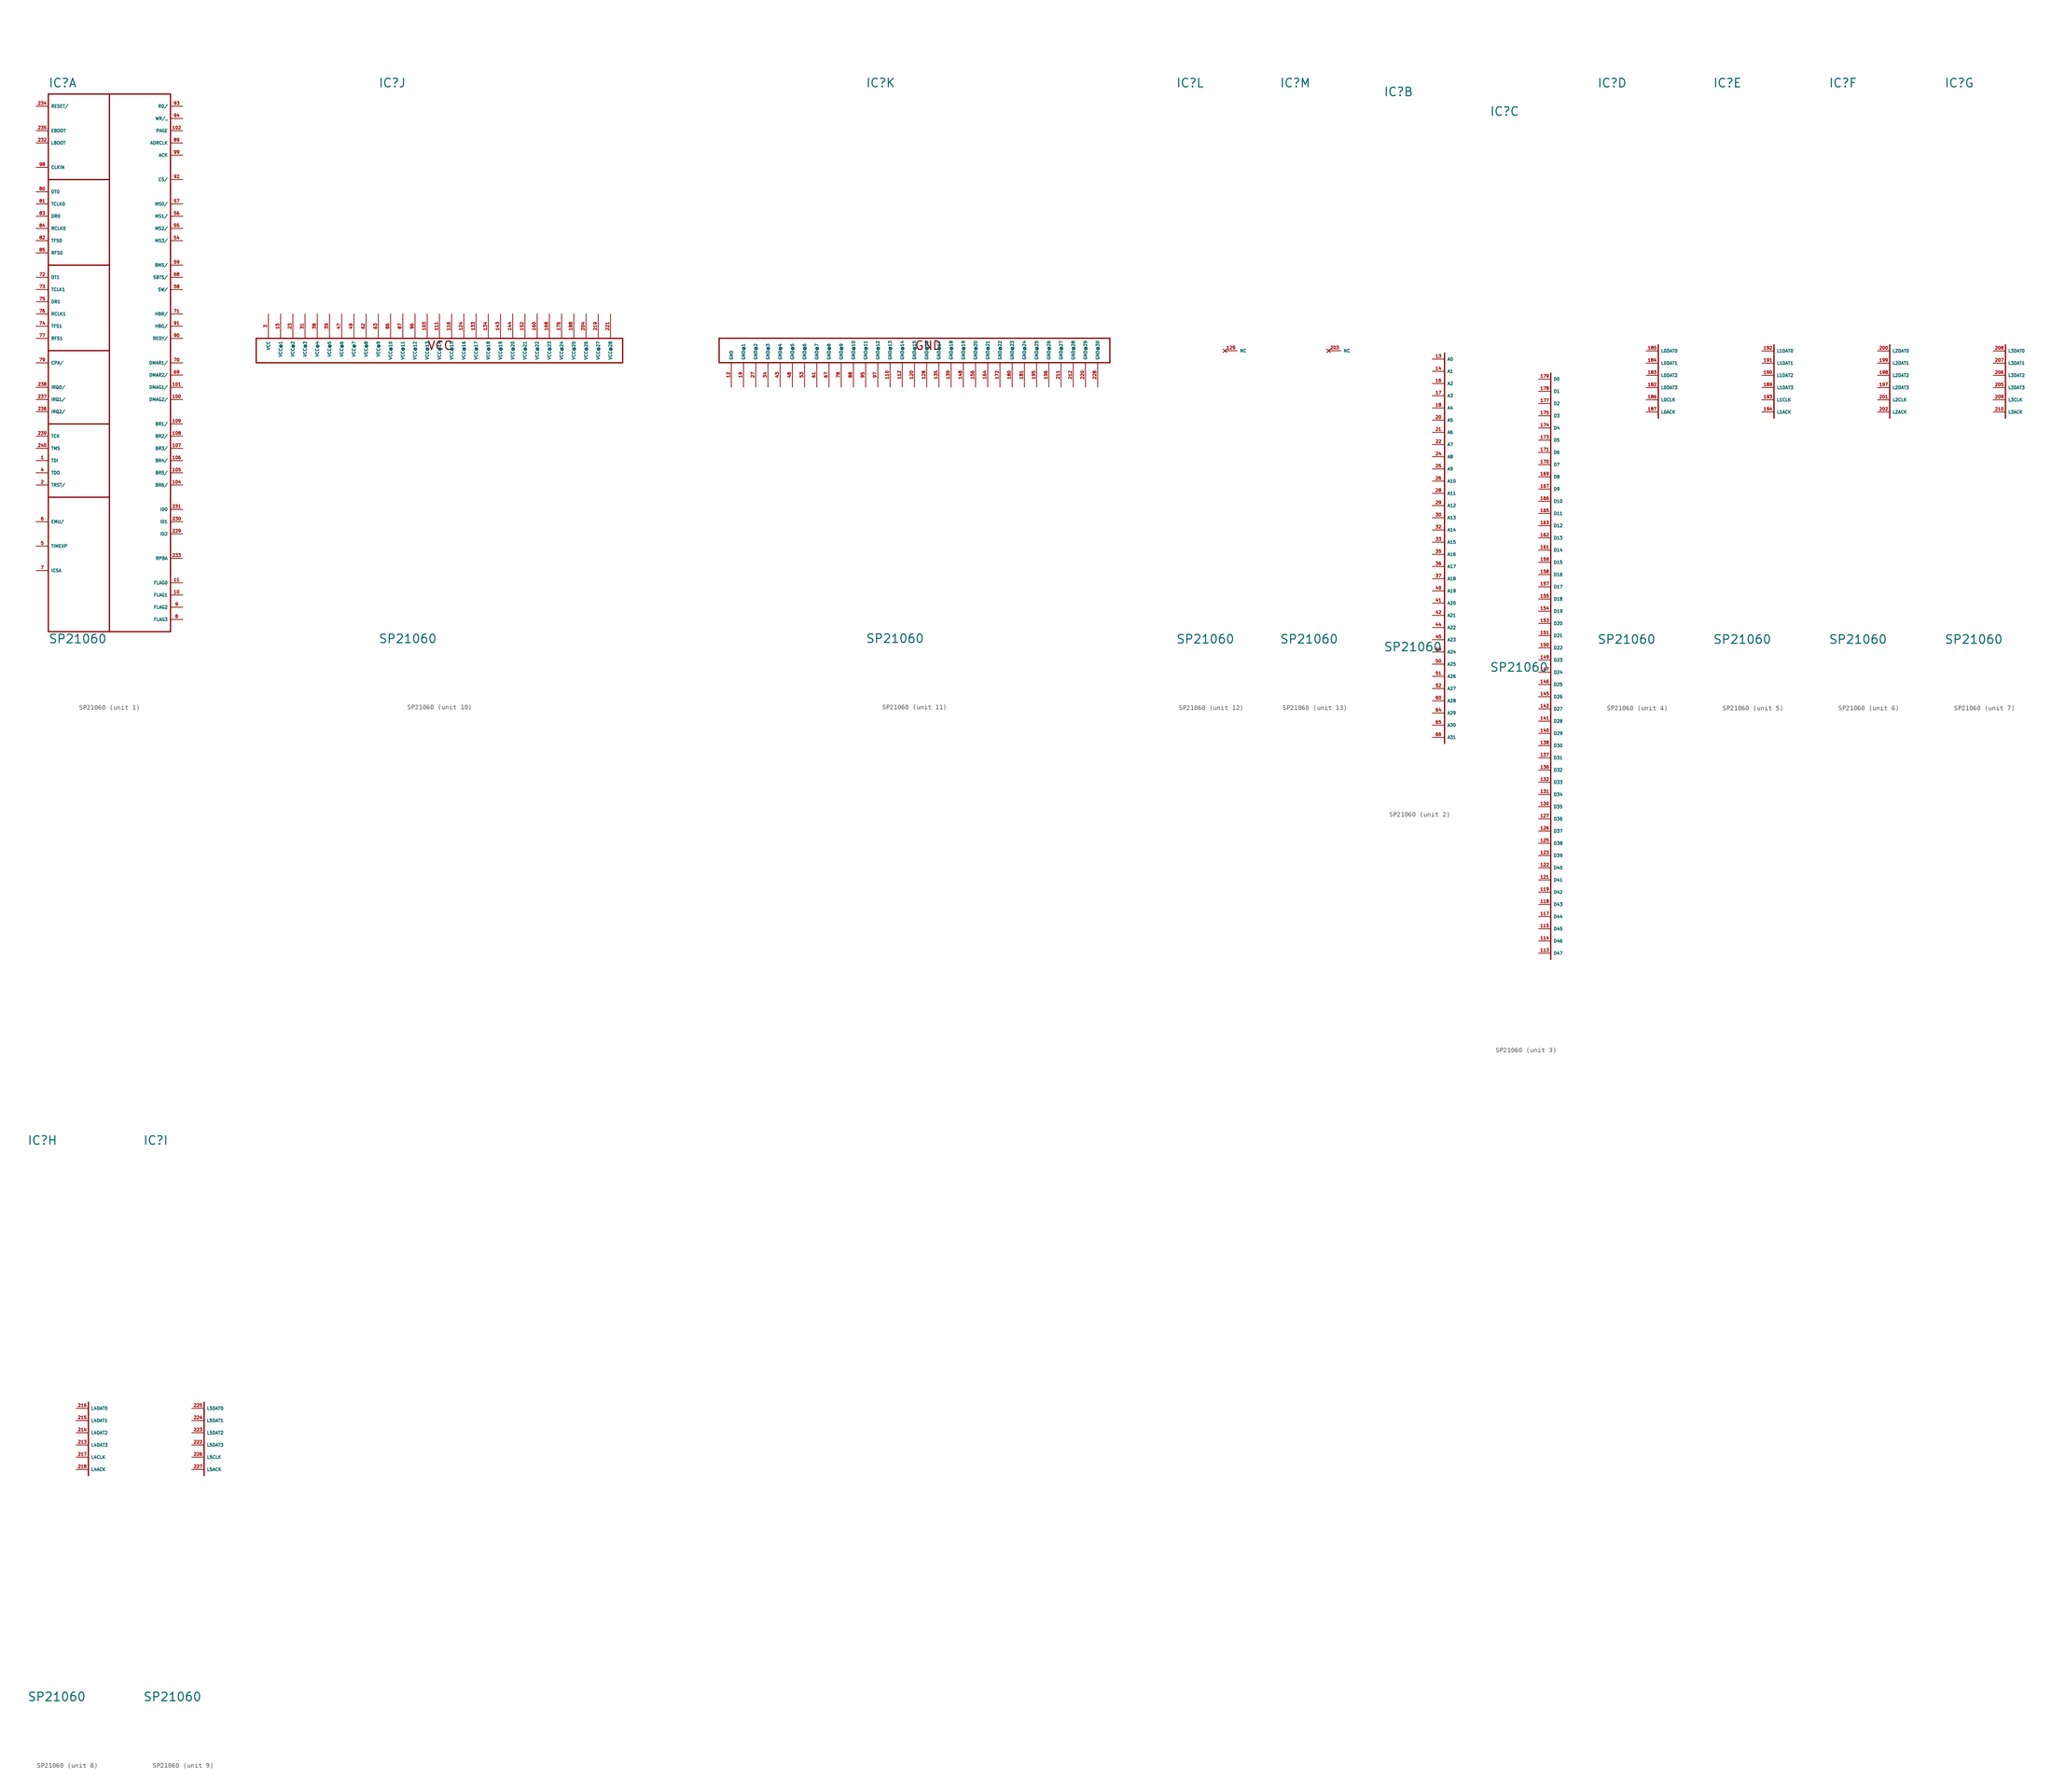
<source format=kicad_sym>
(kicad_symbol_lib
  (version 20220914)
  (generator Eagle2Kicad)
  (symbol "SP21060"
    (property "Reference" "IC"
      (at -12.7 54.61 0)
      (effects (font (size 1.778 1.778) (thickness 0.22)) (justify left bottom)))
    (property "Value" "SP21060"
      (at -12.7 -60.96 0)
      (effects (font (size 1.778 1.778) (thickness 0.22)) (justify left bottom)))
    (symbol "SP21060_1_0"
      (polyline (pts (xy -12.7 17.78) (xy 0 17.78)) (stroke (width 0.254) (type default)) (fill (type none)))
      (polyline (pts (xy 0 17.78) (xy 0 0)) (stroke (width 0.254) (type default)) (fill (type none)))
      (polyline (pts (xy -12.7 53.34) (xy 0 53.34)) (stroke (width 0.254) (type default)) (fill (type none)))
      (polyline (pts (xy 0 53.34) (xy 0 35.56)) (stroke (width 0.254) (type default)) (fill (type none)))
      (polyline (pts (xy 0 35.56) (xy 0 17.78)) (stroke (width 0.254) (type default)) (fill (type none)))
      (polyline (pts (xy 0 -30.48) (xy -12.7 -30.48)) (stroke (width 0.254) (type default)) (fill (type none)))
      (polyline (pts (xy -12.7 53.34) (xy -12.7 35.56)) (stroke (width 0.254) (type default)) (fill (type none)))
      (polyline (pts (xy -12.7 35.56) (xy -12.7 17.78)) (stroke (width 0.254) (type default)) (fill (type none)))
      (polyline (pts (xy -12.7 17.78) (xy -12.7 0)) (stroke (width 0.254) (type default)) (fill (type none)))
      (polyline (pts (xy -12.7 0) (xy -12.7 -15.24)) (stroke (width 0.254) (type default)) (fill (type none)))
      (polyline (pts (xy -12.7 -15.24) (xy -12.7 -30.48)) (stroke (width 0.254) (type default)) (fill (type none)))
      (polyline (pts (xy -12.7 -30.48) (xy -12.7 -58.42)) (stroke (width 0.254) (type default)) (fill (type none)))
      (polyline (pts (xy -12.7 -58.42) (xy 0 -58.42)) (stroke (width 0.254) (type default)) (fill (type none)))
      (polyline (pts (xy 0 -58.42) (xy 12.7 -58.42)) (stroke (width 0.254) (type default)) (fill (type none)))
      (polyline (pts (xy -12.7 0) (xy 0 0)) (stroke (width 0.254) (type default)) (fill (type none)))
      (polyline (pts (xy -12.7 35.56) (xy 0 35.56)) (stroke (width 0.254) (type default)) (fill (type none)))
      (polyline (pts (xy 0 0) (xy 0 -15.24)) (stroke (width 0.254) (type default)) (fill (type none)))
      (polyline (pts (xy 0 -15.24) (xy 0 -30.48)) (stroke (width 0.254) (type default)) (fill (type none)))
      (polyline (pts (xy 0 -30.48) (xy 0 -58.42)) (stroke (width 0.254) (type default)) (fill (type none)))
      (polyline (pts (xy 12.7 -58.42) (xy 12.7 53.34)) (stroke (width 0.254) (type default)) (fill (type none)))
      (polyline (pts (xy 0 -15.24) (xy -12.7 -15.24)) (stroke (width 0.254) (type default)) (fill (type none)))
      (polyline (pts (xy 12.7 53.34) (xy 0 53.34)) (stroke (width 0.254) (type default)) (fill (type none)))
      (pin bidirectional line (at -15.24 20.32 0) (length 2.54) (name "RFS0" (effects (font (size 0.635 0.635) (thickness 0.08)) (justify left bottom))) (number "85" (effects (font (size 0.635 0.635) (thickness 0.08)) (justify left bottom))))
      (pin bidirectional line (at -15.24 25.4 0) (length 2.54) (name "RCLK0" (effects (font (size 0.635 0.635) (thickness 0.08)) (justify left bottom))) (number "84" (effects (font (size 0.635 0.635) (thickness 0.08)) (justify left bottom))))
      (pin input line (at -15.24 27.94 0) (length 2.54) (name "DR0" (effects (font (size 0.635 0.635) (thickness 0.08)) (justify left bottom))) (number "83" (effects (font (size 0.635 0.635) (thickness 0.08)) (justify left bottom))))
      (pin bidirectional line (at -15.24 22.86 0) (length 2.54) (name "TFS0" (effects (font (size 0.635 0.635) (thickness 0.08)) (justify left bottom))) (number "82" (effects (font (size 0.635 0.635) (thickness 0.08)) (justify left bottom))))
      (pin bidirectional line (at -15.24 30.48 0) (length 2.54) (name "TCLK0" (effects (font (size 0.635 0.635) (thickness 0.08)) (justify left bottom))) (number "81" (effects (font (size 0.635 0.635) (thickness 0.08)) (justify left bottom))))
      (pin output line (at -15.24 33.02 0) (length 2.54) (name "DT0" (effects (font (size 0.635 0.635) (thickness 0.08)) (justify left bottom))) (number "80" (effects (font (size 0.635 0.635) (thickness 0.08)) (justify left bottom))))
      (pin bidirectional line (at -15.24 2.54 0) (length 2.54) (name "RFS1" (effects (font (size 0.635 0.635) (thickness 0.08)) (justify left bottom))) (number "77" (effects (font (size 0.635 0.635) (thickness 0.08)) (justify left bottom))))
      (pin bidirectional line (at -15.24 7.62 0) (length 2.54) (name "RCLK1" (effects (font (size 0.635 0.635) (thickness 0.08)) (justify left bottom))) (number "76" (effects (font (size 0.635 0.635) (thickness 0.08)) (justify left bottom))))
      (pin input line (at -15.24 10.16 0) (length 2.54) (name "DR1" (effects (font (size 0.635 0.635) (thickness 0.08)) (justify left bottom))) (number "75" (effects (font (size 0.635 0.635) (thickness 0.08)) (justify left bottom))))
      (pin bidirectional line (at -15.24 5.08 0) (length 2.54) (name "TFS1" (effects (font (size 0.635 0.635) (thickness 0.08)) (justify left bottom))) (number "74" (effects (font (size 0.635 0.635) (thickness 0.08)) (justify left bottom))))
      (pin bidirectional line (at -15.24 12.7 0) (length 2.54) (name "TCLK1" (effects (font (size 0.635 0.635) (thickness 0.08)) (justify left bottom))) (number "73" (effects (font (size 0.635 0.635) (thickness 0.08)) (justify left bottom))))
      (pin tri_state line (at 15.24 -7.62 180) (length 2.54) (name "DMAG1/" (effects (font (size 0.635 0.635) (thickness 0.08)) (justify left bottom))) (number "101" (effects (font (size 0.635 0.635) (thickness 0.08)) (justify left bottom))))
      (pin tri_state line (at 15.24 -10.16 180) (length 2.54) (name "DMAG2/" (effects (font (size 0.635 0.635) (thickness 0.08)) (justify left bottom))) (number "100" (effects (font (size 0.635 0.635) (thickness 0.08)) (justify left bottom))))
      (pin bidirectional line (at 15.24 5.08 180) (length 2.54) (name "HBG/" (effects (font (size 0.635 0.635) (thickness 0.08)) (justify left bottom))) (number "91" (effects (font (size 0.635 0.635) (thickness 0.08)) (justify left bottom))))
      (pin input line (at 15.24 35.56 180) (length 2.54) (name "CS/" (effects (font (size 0.635 0.635) (thickness 0.08)) (justify left bottom))) (number "92" (effects (font (size 0.635 0.635) (thickness 0.08)) (justify left bottom))))
      (pin input line (at 15.24 15.24 180) (length 2.54) (name "SBTS/" (effects (font (size 0.635 0.635) (thickness 0.08)) (justify left bottom))) (number "68" (effects (font (size 0.635 0.635) (thickness 0.08)) (justify left bottom))))
      (pin tri_state line (at 15.24 48.26 180) (length 2.54) (name "WR/_" (effects (font (size 0.635 0.635) (thickness 0.08)) (justify left bottom))) (number "94" (effects (font (size 0.635 0.635) (thickness 0.08)) (justify left bottom))))
      (pin tri_state line (at 15.24 50.8 180) (length 2.54) (name "RD/" (effects (font (size 0.635 0.635) (thickness 0.08)) (justify left bottom))) (number "93" (effects (font (size 0.635 0.635) (thickness 0.08)) (justify left bottom))))
      (pin bidirectional line (at 15.24 -48.26 180) (length 2.54) (name "FLAG0" (effects (font (size 0.635 0.635) (thickness 0.08)) (justify left bottom))) (number "11" (effects (font (size 0.635 0.635) (thickness 0.08)) (justify left bottom))))
      (pin bidirectional line (at 15.24 -50.8 180) (length 2.54) (name "FLAG1" (effects (font (size 0.635 0.635) (thickness 0.08)) (justify left bottom))) (number "10" (effects (font (size 0.635 0.635) (thickness 0.08)) (justify left bottom))))
      (pin bidirectional line (at 15.24 -53.34 180) (length 2.54) (name "FLAG2" (effects (font (size 0.635 0.635) (thickness 0.08)) (justify left bottom))) (number "9" (effects (font (size 0.635 0.635) (thickness 0.08)) (justify left bottom))))
      (pin bidirectional line (at 15.24 -55.88 180) (length 2.54) (name "FLAG3" (effects (font (size 0.635 0.635) (thickness 0.08)) (justify left bottom))) (number "8" (effects (font (size 0.635 0.635) (thickness 0.08)) (justify left bottom))))
      (pin input line (at 15.24 -33.02 180) (length 2.54) (name "ID0" (effects (font (size 0.635 0.635) (thickness 0.08)) (justify left bottom))) (number "231" (effects (font (size 0.635 0.635) (thickness 0.08)) (justify left bottom))))
      (pin input line (at 15.24 -35.56 180) (length 2.54) (name "ID1" (effects (font (size 0.635 0.635) (thickness 0.08)) (justify left bottom))) (number "230" (effects (font (size 0.635 0.635) (thickness 0.08)) (justify left bottom))))
      (pin output line (at -15.24 -35.56 0) (length 2.54) (name "EMU/" (effects (font (size 0.635 0.635) (thickness 0.08)) (justify left bottom))) (number "6" (effects (font (size 0.635 0.635) (thickness 0.08)) (justify left bottom))))
      (pin output line (at -15.24 15.24 0) (length 2.54) (name "DT1" (effects (font (size 0.635 0.635) (thickness 0.08)) (justify left bottom))) (number "72" (effects (font (size 0.635 0.635) (thickness 0.08)) (justify left bottom))))
      (pin bidirectional line (at 15.24 -15.24 180) (length 2.54) (name "BR1/" (effects (font (size 0.635 0.635) (thickness 0.08)) (justify left bottom))) (number "109" (effects (font (size 0.635 0.635) (thickness 0.08)) (justify left bottom))))
      (pin bidirectional line (at 15.24 -17.78 180) (length 2.54) (name "BR2/" (effects (font (size 0.635 0.635) (thickness 0.08)) (justify left bottom))) (number "108" (effects (font (size 0.635 0.635) (thickness 0.08)) (justify left bottom))))
      (pin input line (at -15.24 38.1 0) (length 2.54) (name "CLKIN" (effects (font (size 0.635 0.635) (thickness 0.08)) (justify left bottom))) (number "98" (effects (font (size 0.635 0.635) (thickness 0.08)) (justify left bottom))))
      (pin input line (at 15.24 -2.54 180) (length 2.54) (name "DMAR1/" (effects (font (size 0.635 0.635) (thickness 0.08)) (justify left bottom))) (number "70" (effects (font (size 0.635 0.635) (thickness 0.08)) (justify left bottom))))
      (pin input line (at 15.24 -5.08 180) (length 2.54) (name "DMAR2/" (effects (font (size 0.635 0.635) (thickness 0.08)) (justify left bottom))) (number "69" (effects (font (size 0.635 0.635) (thickness 0.08)) (justify left bottom))))
      (pin input line (at 15.24 7.62 180) (length 2.54) (name "HBR/" (effects (font (size 0.635 0.635) (thickness 0.08)) (justify left bottom))) (number "71" (effects (font (size 0.635 0.635) (thickness 0.08)) (justify left bottom))))
      (pin output line (at 15.24 2.54 180) (length 2.54) (name "REDY/" (effects (font (size 0.635 0.635) (thickness 0.08)) (justify left bottom))) (number "90" (effects (font (size 0.635 0.635) (thickness 0.08)) (justify left bottom))))
      (pin tri_state line (at 15.24 12.7 180) (length 2.54) (name "SW/" (effects (font (size 0.635 0.635) (thickness 0.08)) (justify left bottom))) (number "58" (effects (font (size 0.635 0.635) (thickness 0.08)) (justify left bottom))))
      (pin bidirectional line (at -15.24 -2.54 0) (length 2.54) (name "CPA/" (effects (font (size 0.635 0.635) (thickness 0.08)) (justify left bottom))) (number "79" (effects (font (size 0.635 0.635) (thickness 0.08)) (justify left bottom))))
      (pin bidirectional line (at 15.24 40.64 180) (length 2.54) (name "ACK" (effects (font (size 0.635 0.635) (thickness 0.08)) (justify left bottom))) (number "99" (effects (font (size 0.635 0.635) (thickness 0.08)) (justify left bottom))))
      (pin tri_state line (at 15.24 30.48 180) (length 2.54) (name "MS0/" (effects (font (size 0.635 0.635) (thickness 0.08)) (justify left bottom))) (number "57" (effects (font (size 0.635 0.635) (thickness 0.08)) (justify left bottom))))
      (pin tri_state line (at 15.24 27.94 180) (length 2.54) (name "MS1/" (effects (font (size 0.635 0.635) (thickness 0.08)) (justify left bottom))) (number "56" (effects (font (size 0.635 0.635) (thickness 0.08)) (justify left bottom))))
      (pin tri_state line (at 15.24 25.4 180) (length 2.54) (name "MS2/" (effects (font (size 0.635 0.635) (thickness 0.08)) (justify left bottom))) (number "55" (effects (font (size 0.635 0.635) (thickness 0.08)) (justify left bottom))))
      (pin tri_state line (at 15.24 22.86 180) (length 2.54) (name "MS3/" (effects (font (size 0.635 0.635) (thickness 0.08)) (justify left bottom))) (number "54" (effects (font (size 0.635 0.635) (thickness 0.08)) (justify left bottom))))
      (pin output line (at -15.24 -25.4 0) (length 2.54) (name "TDO" (effects (font (size 0.635 0.635) (thickness 0.08)) (justify left bottom))) (number "4" (effects (font (size 0.635 0.635) (thickness 0.08)) (justify left bottom))))
      (pin input line (at -15.24 -27.94 0) (length 2.54) (name "TRST/" (effects (font (size 0.635 0.635) (thickness 0.08)) (justify left bottom))) (number "2" (effects (font (size 0.635 0.635) (thickness 0.08)) (justify left bottom))))
      (pin input line (at -15.24 -22.86 0) (length 2.54) (name "TDI" (effects (font (size 0.635 0.635) (thickness 0.08)) (justify left bottom))) (number "1" (effects (font (size 0.635 0.635) (thickness 0.08)) (justify left bottom))))
      (pin input line (at -15.24 -20.32 0) (length 2.54) (name "TMS" (effects (font (size 0.635 0.635) (thickness 0.08)) (justify left bottom))) (number "240" (effects (font (size 0.635 0.635) (thickness 0.08)) (justify left bottom))))
      (pin input line (at -15.24 -17.78 0) (length 2.54) (name "TCK" (effects (font (size 0.635 0.635) (thickness 0.08)) (justify left bottom))) (number "239" (effects (font (size 0.635 0.635) (thickness 0.08)) (justify left bottom))))
      (pin bidirectional line (at 15.24 17.78 180) (length 2.54) (name "BMS/" (effects (font (size 0.635 0.635) (thickness 0.08)) (justify left bottom))) (number "59" (effects (font (size 0.635 0.635) (thickness 0.08)) (justify left bottom))))
      (pin input line (at -15.24 50.8 0) (length 2.54) (name "RESET/" (effects (font (size 0.635 0.635) (thickness 0.08)) (justify left bottom))) (number "234" (effects (font (size 0.635 0.635) (thickness 0.08)) (justify left bottom))))
      (pin input line (at -15.24 -7.62 0) (length 2.54) (name "IRQ0/" (effects (font (size 0.635 0.635) (thickness 0.08)) (justify left bottom))) (number "238" (effects (font (size 0.635 0.635) (thickness 0.08)) (justify left bottom))))
      (pin input line (at -15.24 -10.16 0) (length 2.54) (name "IRQ1/" (effects (font (size 0.635 0.635) (thickness 0.08)) (justify left bottom))) (number "237" (effects (font (size 0.635 0.635) (thickness 0.08)) (justify left bottom))))
      (pin input line (at -15.24 -12.7 0) (length 2.54) (name "IRQ2/" (effects (font (size 0.635 0.635) (thickness 0.08)) (justify left bottom))) (number "236" (effects (font (size 0.635 0.635) (thickness 0.08)) (justify left bottom))))
      (pin tri_state line (at 15.24 45.72 180) (length 2.54) (name "PAGE" (effects (font (size 0.635 0.635) (thickness 0.08)) (justify left bottom))) (number "102" (effects (font (size 0.635 0.635) (thickness 0.08)) (justify left bottom))))
      (pin tri_state line (at 15.24 43.18 180) (length 2.54) (name "ADRCLK" (effects (font (size 0.635 0.635) (thickness 0.08)) (justify left bottom))) (number "89" (effects (font (size 0.635 0.635) (thickness 0.08)) (justify left bottom))))
      (pin output line (at -15.24 -40.64 0) (length 2.54) (name "TIMEXP" (effects (font (size 0.635 0.635) (thickness 0.08)) (justify left bottom))) (number "5" (effects (font (size 0.635 0.635) (thickness 0.08)) (justify left bottom))))
      (pin input line (at 15.24 -43.18 180) (length 2.54) (name "RPBA" (effects (font (size 0.635 0.635) (thickness 0.08)) (justify left bottom))) (number "233" (effects (font (size 0.635 0.635) (thickness 0.08)) (justify left bottom))))
      (pin input line (at -15.24 45.72 0) (length 2.54) (name "EBOOT" (effects (font (size 0.635 0.635) (thickness 0.08)) (justify left bottom))) (number "235" (effects (font (size 0.635 0.635) (thickness 0.08)) (justify left bottom))))
      (pin input line (at -15.24 43.18 0) (length 2.54) (name "LBOOT" (effects (font (size 0.635 0.635) (thickness 0.08)) (justify left bottom))) (number "232" (effects (font (size 0.635 0.635) (thickness 0.08)) (justify left bottom))))
      (pin output line (at -15.24 -45.72 0) (length 2.54) (name "ICSA" (effects (font (size 0.635 0.635) (thickness 0.08)) (justify left bottom))) (number "7" (effects (font (size 0.635 0.635) (thickness 0.08)) (justify left bottom))))
      (pin bidirectional line (at 15.24 -20.32 180) (length 2.54) (name "BR3/" (effects (font (size 0.635 0.635) (thickness 0.08)) (justify left bottom))) (number "107" (effects (font (size 0.635 0.635) (thickness 0.08)) (justify left bottom))))
      (pin bidirectional line (at 15.24 -22.86 180) (length 2.54) (name "BR4/" (effects (font (size 0.635 0.635) (thickness 0.08)) (justify left bottom))) (number "106" (effects (font (size 0.635 0.635) (thickness 0.08)) (justify left bottom))))
      (pin bidirectional line (at 15.24 -25.4 180) (length 2.54) (name "BR5/" (effects (font (size 0.635 0.635) (thickness 0.08)) (justify left bottom))) (number "105" (effects (font (size 0.635 0.635) (thickness 0.08)) (justify left bottom))))
      (pin bidirectional line (at 15.24 -27.94 180) (length 2.54) (name "BR6/" (effects (font (size 0.635 0.635) (thickness 0.08)) (justify left bottom))) (number "104" (effects (font (size 0.635 0.635) (thickness 0.08)) (justify left bottom))))
      (pin input line (at 15.24 -38.1 180) (length 2.54) (name "ID2" (effects (font (size 0.635 0.635) (thickness 0.08)) (justify left bottom))) (number "229" (effects (font (size 0.635 0.635) (thickness 0.08)) (justify left bottom)))))
    (symbol "SP21060_2_0"
      (polyline (pts (xy 0 -80.01) (xy 0 1.27)) (stroke (width 0.254) (type default)) (fill (type none)))
      (pin bidirectional line (at -2.54 0 0) (length 2.54) (name "A0" (effects (font (size 0.635 0.635) (thickness 0.08)) (justify left bottom))) (number "13" (effects (font (size 0.635 0.635) (thickness 0.08)) (justify left bottom))))
      (pin bidirectional line (at -2.54 -2.54 0) (length 2.54) (name "A1" (effects (font (size 0.635 0.635) (thickness 0.08)) (justify left bottom))) (number "14" (effects (font (size 0.635 0.635) (thickness 0.08)) (justify left bottom))))
      (pin bidirectional line (at -2.54 -5.08 0) (length 2.54) (name "A2" (effects (font (size 0.635 0.635) (thickness 0.08)) (justify left bottom))) (number "16" (effects (font (size 0.635 0.635) (thickness 0.08)) (justify left bottom))))
      (pin bidirectional line (at -2.54 -7.62 0) (length 2.54) (name "A3" (effects (font (size 0.635 0.635) (thickness 0.08)) (justify left bottom))) (number "17" (effects (font (size 0.635 0.635) (thickness 0.08)) (justify left bottom))))
      (pin bidirectional line (at -2.54 -10.16 0) (length 2.54) (name "A4" (effects (font (size 0.635 0.635) (thickness 0.08)) (justify left bottom))) (number "18" (effects (font (size 0.635 0.635) (thickness 0.08)) (justify left bottom))))
      (pin bidirectional line (at -2.54 -12.7 0) (length 2.54) (name "A5" (effects (font (size 0.635 0.635) (thickness 0.08)) (justify left bottom))) (number "20" (effects (font (size 0.635 0.635) (thickness 0.08)) (justify left bottom))))
      (pin bidirectional line (at -2.54 -15.24 0) (length 2.54) (name "A6" (effects (font (size 0.635 0.635) (thickness 0.08)) (justify left bottom))) (number "21" (effects (font (size 0.635 0.635) (thickness 0.08)) (justify left bottom))))
      (pin bidirectional line (at -2.54 -17.78 0) (length 2.54) (name "A7" (effects (font (size 0.635 0.635) (thickness 0.08)) (justify left bottom))) (number "22" (effects (font (size 0.635 0.635) (thickness 0.08)) (justify left bottom))))
      (pin bidirectional line (at -2.54 -20.32 0) (length 2.54) (name "A8" (effects (font (size 0.635 0.635) (thickness 0.08)) (justify left bottom))) (number "24" (effects (font (size 0.635 0.635) (thickness 0.08)) (justify left bottom))))
      (pin bidirectional line (at -2.54 -22.86 0) (length 2.54) (name "A9" (effects (font (size 0.635 0.635) (thickness 0.08)) (justify left bottom))) (number "25" (effects (font (size 0.635 0.635) (thickness 0.08)) (justify left bottom))))
      (pin bidirectional line (at -2.54 -25.4 0) (length 2.54) (name "A10" (effects (font (size 0.635 0.635) (thickness 0.08)) (justify left bottom))) (number "26" (effects (font (size 0.635 0.635) (thickness 0.08)) (justify left bottom))))
      (pin bidirectional line (at -2.54 -27.94 0) (length 2.54) (name "A11" (effects (font (size 0.635 0.635) (thickness 0.08)) (justify left bottom))) (number "28" (effects (font (size 0.635 0.635) (thickness 0.08)) (justify left bottom))))
      (pin bidirectional line (at -2.54 -30.48 0) (length 2.54) (name "A12" (effects (font (size 0.635 0.635) (thickness 0.08)) (justify left bottom))) (number "29" (effects (font (size 0.635 0.635) (thickness 0.08)) (justify left bottom))))
      (pin bidirectional line (at -2.54 -33.02 0) (length 2.54) (name "A13" (effects (font (size 0.635 0.635) (thickness 0.08)) (justify left bottom))) (number "30" (effects (font (size 0.635 0.635) (thickness 0.08)) (justify left bottom))))
      (pin bidirectional line (at -2.54 -35.56 0) (length 2.54) (name "A14" (effects (font (size 0.635 0.635) (thickness 0.08)) (justify left bottom))) (number "32" (effects (font (size 0.635 0.635) (thickness 0.08)) (justify left bottom))))
      (pin bidirectional line (at -2.54 -38.1 0) (length 2.54) (name "A15" (effects (font (size 0.635 0.635) (thickness 0.08)) (justify left bottom))) (number "33" (effects (font (size 0.635 0.635) (thickness 0.08)) (justify left bottom))))
      (pin bidirectional line (at -2.54 -40.64 0) (length 2.54) (name "A16" (effects (font (size 0.635 0.635) (thickness 0.08)) (justify left bottom))) (number "35" (effects (font (size 0.635 0.635) (thickness 0.08)) (justify left bottom))))
      (pin bidirectional line (at -2.54 -43.18 0) (length 2.54) (name "A17" (effects (font (size 0.635 0.635) (thickness 0.08)) (justify left bottom))) (number "36" (effects (font (size 0.635 0.635) (thickness 0.08)) (justify left bottom))))
      (pin bidirectional line (at -2.54 -45.72 0) (length 2.54) (name "A18" (effects (font (size 0.635 0.635) (thickness 0.08)) (justify left bottom))) (number "37" (effects (font (size 0.635 0.635) (thickness 0.08)) (justify left bottom))))
      (pin bidirectional line (at -2.54 -48.26 0) (length 2.54) (name "A19" (effects (font (size 0.635 0.635) (thickness 0.08)) (justify left bottom))) (number "40" (effects (font (size 0.635 0.635) (thickness 0.08)) (justify left bottom))))
      (pin bidirectional line (at -2.54 -50.8 0) (length 2.54) (name "A20" (effects (font (size 0.635 0.635) (thickness 0.08)) (justify left bottom))) (number "41" (effects (font (size 0.635 0.635) (thickness 0.08)) (justify left bottom))))
      (pin bidirectional line (at -2.54 -53.34 0) (length 2.54) (name "A21" (effects (font (size 0.635 0.635) (thickness 0.08)) (justify left bottom))) (number "42" (effects (font (size 0.635 0.635) (thickness 0.08)) (justify left bottom))))
      (pin bidirectional line (at -2.54 -55.88 0) (length 2.54) (name "A22" (effects (font (size 0.635 0.635) (thickness 0.08)) (justify left bottom))) (number "44" (effects (font (size 0.635 0.635) (thickness 0.08)) (justify left bottom))))
      (pin bidirectional line (at -2.54 -58.42 0) (length 2.54) (name "A23" (effects (font (size 0.635 0.635) (thickness 0.08)) (justify left bottom))) (number "45" (effects (font (size 0.635 0.635) (thickness 0.08)) (justify left bottom))))
      (pin bidirectional line (at -2.54 -60.96 0) (length 2.54) (name "A24" (effects (font (size 0.635 0.635) (thickness 0.08)) (justify left bottom))) (number "46" (effects (font (size 0.635 0.635) (thickness 0.08)) (justify left bottom))))
      (pin bidirectional line (at -2.54 -63.5 0) (length 2.54) (name "A25" (effects (font (size 0.635 0.635) (thickness 0.08)) (justify left bottom))) (number "50" (effects (font (size 0.635 0.635) (thickness 0.08)) (justify left bottom))))
      (pin bidirectional line (at -2.54 -66.04 0) (length 2.54) (name "A26" (effects (font (size 0.635 0.635) (thickness 0.08)) (justify left bottom))) (number "51" (effects (font (size 0.635 0.635) (thickness 0.08)) (justify left bottom))))
      (pin bidirectional line (at -2.54 -68.58 0) (length 2.54) (name "A27" (effects (font (size 0.635 0.635) (thickness 0.08)) (justify left bottom))) (number "52" (effects (font (size 0.635 0.635) (thickness 0.08)) (justify left bottom))))
      (pin bidirectional line (at -2.54 -71.12 0) (length 2.54) (name "A28" (effects (font (size 0.635 0.635) (thickness 0.08)) (justify left bottom))) (number "60" (effects (font (size 0.635 0.635) (thickness 0.08)) (justify left bottom))))
      (pin bidirectional line (at -2.54 -73.66 0) (length 2.54) (name "A29" (effects (font (size 0.635 0.635) (thickness 0.08)) (justify left bottom))) (number "64" (effects (font (size 0.635 0.635) (thickness 0.08)) (justify left bottom))))
      (pin bidirectional line (at -2.54 -76.2 0) (length 2.54) (name "A30" (effects (font (size 0.635 0.635) (thickness 0.08)) (justify left bottom))) (number "65" (effects (font (size 0.635 0.635) (thickness 0.08)) (justify left bottom))))
      (pin bidirectional line (at -2.54 -78.74 0) (length 2.54) (name "A31" (effects (font (size 0.635 0.635) (thickness 0.08)) (justify left bottom))) (number "66" (effects (font (size 0.635 0.635) (thickness 0.08)) (justify left bottom)))))
    (symbol "SP21060_3_0"
      (polyline (pts (xy 0 -120.65) (xy 0 1.27)) (stroke (width 0.254) (type default)) (fill (type none)))
      (pin bidirectional line (at -2.54 0 0) (length 2.54) (name "D0" (effects (font (size 0.635 0.635) (thickness 0.08)) (justify left bottom))) (number "179" (effects (font (size 0.635 0.635) (thickness 0.08)) (justify left bottom))))
      (pin bidirectional line (at -2.54 -2.54 0) (length 2.54) (name "D1" (effects (font (size 0.635 0.635) (thickness 0.08)) (justify left bottom))) (number "178" (effects (font (size 0.635 0.635) (thickness 0.08)) (justify left bottom))))
      (pin bidirectional line (at -2.54 -5.08 0) (length 2.54) (name "D2" (effects (font (size 0.635 0.635) (thickness 0.08)) (justify left bottom))) (number "177" (effects (font (size 0.635 0.635) (thickness 0.08)) (justify left bottom))))
      (pin bidirectional line (at -2.54 -7.62 0) (length 2.54) (name "D3" (effects (font (size 0.635 0.635) (thickness 0.08)) (justify left bottom))) (number "175" (effects (font (size 0.635 0.635) (thickness 0.08)) (justify left bottom))))
      (pin bidirectional line (at -2.54 -10.16 0) (length 2.54) (name "D4" (effects (font (size 0.635 0.635) (thickness 0.08)) (justify left bottom))) (number "174" (effects (font (size 0.635 0.635) (thickness 0.08)) (justify left bottom))))
      (pin bidirectional line (at -2.54 -12.7 0) (length 2.54) (name "D5" (effects (font (size 0.635 0.635) (thickness 0.08)) (justify left bottom))) (number "173" (effects (font (size 0.635 0.635) (thickness 0.08)) (justify left bottom))))
      (pin bidirectional line (at -2.54 -15.24 0) (length 2.54) (name "D6" (effects (font (size 0.635 0.635) (thickness 0.08)) (justify left bottom))) (number "171" (effects (font (size 0.635 0.635) (thickness 0.08)) (justify left bottom))))
      (pin bidirectional line (at -2.54 -17.78 0) (length 2.54) (name "D7" (effects (font (size 0.635 0.635) (thickness 0.08)) (justify left bottom))) (number "170" (effects (font (size 0.635 0.635) (thickness 0.08)) (justify left bottom))))
      (pin bidirectional line (at -2.54 -20.32 0) (length 2.54) (name "D8" (effects (font (size 0.635 0.635) (thickness 0.08)) (justify left bottom))) (number "169" (effects (font (size 0.635 0.635) (thickness 0.08)) (justify left bottom))))
      (pin bidirectional line (at -2.54 -22.86 0) (length 2.54) (name "D9" (effects (font (size 0.635 0.635) (thickness 0.08)) (justify left bottom))) (number "167" (effects (font (size 0.635 0.635) (thickness 0.08)) (justify left bottom))))
      (pin bidirectional line (at -2.54 -25.4 0) (length 2.54) (name "D10" (effects (font (size 0.635 0.635) (thickness 0.08)) (justify left bottom))) (number "166" (effects (font (size 0.635 0.635) (thickness 0.08)) (justify left bottom))))
      (pin bidirectional line (at -2.54 -27.94 0) (length 2.54) (name "D11" (effects (font (size 0.635 0.635) (thickness 0.08)) (justify left bottom))) (number "165" (effects (font (size 0.635 0.635) (thickness 0.08)) (justify left bottom))))
      (pin bidirectional line (at -2.54 -30.48 0) (length 2.54) (name "D12" (effects (font (size 0.635 0.635) (thickness 0.08)) (justify left bottom))) (number "163" (effects (font (size 0.635 0.635) (thickness 0.08)) (justify left bottom))))
      (pin bidirectional line (at -2.54 -33.02 0) (length 2.54) (name "D13" (effects (font (size 0.635 0.635) (thickness 0.08)) (justify left bottom))) (number "162" (effects (font (size 0.635 0.635) (thickness 0.08)) (justify left bottom))))
      (pin bidirectional line (at -2.54 -35.56 0) (length 2.54) (name "D14" (effects (font (size 0.635 0.635) (thickness 0.08)) (justify left bottom))) (number "161" (effects (font (size 0.635 0.635) (thickness 0.08)) (justify left bottom))))
      (pin bidirectional line (at -2.54 -38.1 0) (length 2.54) (name "D15" (effects (font (size 0.635 0.635) (thickness 0.08)) (justify left bottom))) (number "159" (effects (font (size 0.635 0.635) (thickness 0.08)) (justify left bottom))))
      (pin bidirectional line (at -2.54 -40.64 0) (length 2.54) (name "D16" (effects (font (size 0.635 0.635) (thickness 0.08)) (justify left bottom))) (number "158" (effects (font (size 0.635 0.635) (thickness 0.08)) (justify left bottom))))
      (pin bidirectional line (at -2.54 -43.18 0) (length 2.54) (name "D17" (effects (font (size 0.635 0.635) (thickness 0.08)) (justify left bottom))) (number "157" (effects (font (size 0.635 0.635) (thickness 0.08)) (justify left bottom))))
      (pin bidirectional line (at -2.54 -45.72 0) (length 2.54) (name "D18" (effects (font (size 0.635 0.635) (thickness 0.08)) (justify left bottom))) (number "155" (effects (font (size 0.635 0.635) (thickness 0.08)) (justify left bottom))))
      (pin bidirectional line (at -2.54 -48.26 0) (length 2.54) (name "D19" (effects (font (size 0.635 0.635) (thickness 0.08)) (justify left bottom))) (number "154" (effects (font (size 0.635 0.635) (thickness 0.08)) (justify left bottom))))
      (pin bidirectional line (at -2.54 -50.8 0) (length 2.54) (name "D20" (effects (font (size 0.635 0.635) (thickness 0.08)) (justify left bottom))) (number "153" (effects (font (size 0.635 0.635) (thickness 0.08)) (justify left bottom))))
      (pin bidirectional line (at -2.54 -53.34 0) (length 2.54) (name "D21" (effects (font (size 0.635 0.635) (thickness 0.08)) (justify left bottom))) (number "151" (effects (font (size 0.635 0.635) (thickness 0.08)) (justify left bottom))))
      (pin bidirectional line (at -2.54 -55.88 0) (length 2.54) (name "D22" (effects (font (size 0.635 0.635) (thickness 0.08)) (justify left bottom))) (number "150" (effects (font (size 0.635 0.635) (thickness 0.08)) (justify left bottom))))
      (pin bidirectional line (at -2.54 -58.42 0) (length 2.54) (name "D23" (effects (font (size 0.635 0.635) (thickness 0.08)) (justify left bottom))) (number "149" (effects (font (size 0.635 0.635) (thickness 0.08)) (justify left bottom))))
      (pin bidirectional line (at -2.54 -60.96 0) (length 2.54) (name "D24" (effects (font (size 0.635 0.635) (thickness 0.08)) (justify left bottom))) (number "147" (effects (font (size 0.635 0.635) (thickness 0.08)) (justify left bottom))))
      (pin bidirectional line (at -2.54 -63.5 0) (length 2.54) (name "D25" (effects (font (size 0.635 0.635) (thickness 0.08)) (justify left bottom))) (number "146" (effects (font (size 0.635 0.635) (thickness 0.08)) (justify left bottom))))
      (pin bidirectional line (at -2.54 -66.04 0) (length 2.54) (name "D26" (effects (font (size 0.635 0.635) (thickness 0.08)) (justify left bottom))) (number "145" (effects (font (size 0.635 0.635) (thickness 0.08)) (justify left bottom))))
      (pin bidirectional line (at -2.54 -68.58 0) (length 2.54) (name "D27" (effects (font (size 0.635 0.635) (thickness 0.08)) (justify left bottom))) (number "142" (effects (font (size 0.635 0.635) (thickness 0.08)) (justify left bottom))))
      (pin bidirectional line (at -2.54 -71.12 0) (length 2.54) (name "D28" (effects (font (size 0.635 0.635) (thickness 0.08)) (justify left bottom))) (number "141" (effects (font (size 0.635 0.635) (thickness 0.08)) (justify left bottom))))
      (pin bidirectional line (at -2.54 -73.66 0) (length 2.54) (name "D29" (effects (font (size 0.635 0.635) (thickness 0.08)) (justify left bottom))) (number "140" (effects (font (size 0.635 0.635) (thickness 0.08)) (justify left bottom))))
      (pin bidirectional line (at -2.54 -76.2 0) (length 2.54) (name "D30" (effects (font (size 0.635 0.635) (thickness 0.08)) (justify left bottom))) (number "138" (effects (font (size 0.635 0.635) (thickness 0.08)) (justify left bottom))))
      (pin bidirectional line (at -2.54 -78.74 0) (length 2.54) (name "D31" (effects (font (size 0.635 0.635) (thickness 0.08)) (justify left bottom))) (number "137" (effects (font (size 0.635 0.635) (thickness 0.08)) (justify left bottom))))
      (pin bidirectional line (at -2.54 -81.28 0) (length 2.54) (name "D32" (effects (font (size 0.635 0.635) (thickness 0.08)) (justify left bottom))) (number "136" (effects (font (size 0.635 0.635) (thickness 0.08)) (justify left bottom))))
      (pin bidirectional line (at -2.54 -83.82 0) (length 2.54) (name "D33" (effects (font (size 0.635 0.635) (thickness 0.08)) (justify left bottom))) (number "132" (effects (font (size 0.635 0.635) (thickness 0.08)) (justify left bottom))))
      (pin bidirectional line (at -2.54 -86.36 0) (length 2.54) (name "D34" (effects (font (size 0.635 0.635) (thickness 0.08)) (justify left bottom))) (number "131" (effects (font (size 0.635 0.635) (thickness 0.08)) (justify left bottom))))
      (pin bidirectional line (at -2.54 -88.9 0) (length 2.54) (name "D35" (effects (font (size 0.635 0.635) (thickness 0.08)) (justify left bottom))) (number "130" (effects (font (size 0.635 0.635) (thickness 0.08)) (justify left bottom))))
      (pin bidirectional line (at -2.54 -91.44 0) (length 2.54) (name "D36" (effects (font (size 0.635 0.635) (thickness 0.08)) (justify left bottom))) (number "127" (effects (font (size 0.635 0.635) (thickness 0.08)) (justify left bottom))))
      (pin bidirectional line (at -2.54 -93.98 0) (length 2.54) (name "D37" (effects (font (size 0.635 0.635) (thickness 0.08)) (justify left bottom))) (number "126" (effects (font (size 0.635 0.635) (thickness 0.08)) (justify left bottom))))
      (pin bidirectional line (at -2.54 -96.52 0) (length 2.54) (name "D38" (effects (font (size 0.635 0.635) (thickness 0.08)) (justify left bottom))) (number "125" (effects (font (size 0.635 0.635) (thickness 0.08)) (justify left bottom))))
      (pin bidirectional line (at -2.54 -99.06 0) (length 2.54) (name "D39" (effects (font (size 0.635 0.635) (thickness 0.08)) (justify left bottom))) (number "123" (effects (font (size 0.635 0.635) (thickness 0.08)) (justify left bottom))))
      (pin bidirectional line (at -2.54 -101.6 0) (length 2.54) (name "D40" (effects (font (size 0.635 0.635) (thickness 0.08)) (justify left bottom))) (number "122" (effects (font (size 0.635 0.635) (thickness 0.08)) (justify left bottom))))
      (pin bidirectional line (at -2.54 -104.14 0) (length 2.54) (name "D41" (effects (font (size 0.635 0.635) (thickness 0.08)) (justify left bottom))) (number "121" (effects (font (size 0.635 0.635) (thickness 0.08)) (justify left bottom))))
      (pin bidirectional line (at -2.54 -106.68 0) (length 2.54) (name "D42" (effects (font (size 0.635 0.635) (thickness 0.08)) (justify left bottom))) (number "119" (effects (font (size 0.635 0.635) (thickness 0.08)) (justify left bottom))))
      (pin bidirectional line (at -2.54 -109.22 0) (length 2.54) (name "D43" (effects (font (size 0.635 0.635) (thickness 0.08)) (justify left bottom))) (number "118" (effects (font (size 0.635 0.635) (thickness 0.08)) (justify left bottom))))
      (pin bidirectional line (at -2.54 -111.76 0) (length 2.54) (name "D44" (effects (font (size 0.635 0.635) (thickness 0.08)) (justify left bottom))) (number "117" (effects (font (size 0.635 0.635) (thickness 0.08)) (justify left bottom))))
      (pin bidirectional line (at -2.54 -114.3 0) (length 2.54) (name "D45" (effects (font (size 0.635 0.635) (thickness 0.08)) (justify left bottom))) (number "115" (effects (font (size 0.635 0.635) (thickness 0.08)) (justify left bottom))))
      (pin bidirectional line (at -2.54 -116.84 0) (length 2.54) (name "D46" (effects (font (size 0.635 0.635) (thickness 0.08)) (justify left bottom))) (number "114" (effects (font (size 0.635 0.635) (thickness 0.08)) (justify left bottom))))
      (pin bidirectional line (at -2.54 -119.38 0) (length 2.54) (name "D47" (effects (font (size 0.635 0.635) (thickness 0.08)) (justify left bottom))) (number "113" (effects (font (size 0.635 0.635) (thickness 0.08)) (justify left bottom)))))
    (symbol "SP21060_4_0"
      (polyline (pts (xy 0 -13.97) (xy 0 1.27)) (stroke (width 0.254) (type default)) (fill (type none)))
      (pin bidirectional line (at -2.54 0 0) (length 2.54) (name "L0DAT0" (effects (font (size 0.635 0.635) (thickness 0.08)) (justify left bottom))) (number "185" (effects (font (size 0.635 0.635) (thickness 0.08)) (justify left bottom))))
      (pin bidirectional line (at -2.54 -2.54 0) (length 2.54) (name "L0DAT1" (effects (font (size 0.635 0.635) (thickness 0.08)) (justify left bottom))) (number "184" (effects (font (size 0.635 0.635) (thickness 0.08)) (justify left bottom))))
      (pin bidirectional line (at -2.54 -5.08 0) (length 2.54) (name "L0DAT2" (effects (font (size 0.635 0.635) (thickness 0.08)) (justify left bottom))) (number "183" (effects (font (size 0.635 0.635) (thickness 0.08)) (justify left bottom))))
      (pin bidirectional line (at -2.54 -7.62 0) (length 2.54) (name "L0DAT3" (effects (font (size 0.635 0.635) (thickness 0.08)) (justify left bottom))) (number "182" (effects (font (size 0.635 0.635) (thickness 0.08)) (justify left bottom))))
      (pin bidirectional line (at -2.54 -10.16 0) (length 2.54) (name "L0CLK" (effects (font (size 0.635 0.635) (thickness 0.08)) (justify left bottom))) (number "186" (effects (font (size 0.635 0.635) (thickness 0.08)) (justify left bottom))))
      (pin bidirectional line (at -2.54 -12.7 0) (length 2.54) (name "L0ACK" (effects (font (size 0.635 0.635) (thickness 0.08)) (justify left bottom))) (number "187" (effects (font (size 0.635 0.635) (thickness 0.08)) (justify left bottom)))))
    (symbol "SP21060_5_0"
      (polyline (pts (xy 0 -13.97) (xy 0 1.27)) (stroke (width 0.254) (type default)) (fill (type none)))
      (pin bidirectional line (at -2.54 0 0) (length 2.54) (name "L1DAT0" (effects (font (size 0.635 0.635) (thickness 0.08)) (justify left bottom))) (number "192" (effects (font (size 0.635 0.635) (thickness 0.08)) (justify left bottom))))
      (pin bidirectional line (at -2.54 -2.54 0) (length 2.54) (name "L1DAT1" (effects (font (size 0.635 0.635) (thickness 0.08)) (justify left bottom))) (number "191" (effects (font (size 0.635 0.635) (thickness 0.08)) (justify left bottom))))
      (pin bidirectional line (at -2.54 -5.08 0) (length 2.54) (name "L1DAT2" (effects (font (size 0.635 0.635) (thickness 0.08)) (justify left bottom))) (number "190" (effects (font (size 0.635 0.635) (thickness 0.08)) (justify left bottom))))
      (pin bidirectional line (at -2.54 -7.62 0) (length 2.54) (name "L1DAT3" (effects (font (size 0.635 0.635) (thickness 0.08)) (justify left bottom))) (number "189" (effects (font (size 0.635 0.635) (thickness 0.08)) (justify left bottom))))
      (pin bidirectional line (at -2.54 -10.16 0) (length 2.54) (name "L1CLK" (effects (font (size 0.635 0.635) (thickness 0.08)) (justify left bottom))) (number "193" (effects (font (size 0.635 0.635) (thickness 0.08)) (justify left bottom))))
      (pin bidirectional line (at -2.54 -12.7 0) (length 2.54) (name "L1ACK" (effects (font (size 0.635 0.635) (thickness 0.08)) (justify left bottom))) (number "194" (effects (font (size 0.635 0.635) (thickness 0.08)) (justify left bottom)))))
    (symbol "SP21060_6_0"
      (polyline (pts (xy 0 -13.97) (xy 0 1.27)) (stroke (width 0.254) (type default)) (fill (type none)))
      (pin bidirectional line (at -2.54 0 0) (length 2.54) (name "L2DAT0" (effects (font (size 0.635 0.635) (thickness 0.08)) (justify left bottom))) (number "200" (effects (font (size 0.635 0.635) (thickness 0.08)) (justify left bottom))))
      (pin bidirectional line (at -2.54 -2.54 0) (length 2.54) (name "L2DAT1" (effects (font (size 0.635 0.635) (thickness 0.08)) (justify left bottom))) (number "199" (effects (font (size 0.635 0.635) (thickness 0.08)) (justify left bottom))))
      (pin bidirectional line (at -2.54 -5.08 0) (length 2.54) (name "L2DAT2" (effects (font (size 0.635 0.635) (thickness 0.08)) (justify left bottom))) (number "198" (effects (font (size 0.635 0.635) (thickness 0.08)) (justify left bottom))))
      (pin bidirectional line (at -2.54 -7.62 0) (length 2.54) (name "L2DAT3" (effects (font (size 0.635 0.635) (thickness 0.08)) (justify left bottom))) (number "197" (effects (font (size 0.635 0.635) (thickness 0.08)) (justify left bottom))))
      (pin bidirectional line (at -2.54 -10.16 0) (length 2.54) (name "L2CLK" (effects (font (size 0.635 0.635) (thickness 0.08)) (justify left bottom))) (number "201" (effects (font (size 0.635 0.635) (thickness 0.08)) (justify left bottom))))
      (pin bidirectional line (at -2.54 -12.7 0) (length 2.54) (name "L2ACK" (effects (font (size 0.635 0.635) (thickness 0.08)) (justify left bottom))) (number "202" (effects (font (size 0.635 0.635) (thickness 0.08)) (justify left bottom)))))
    (symbol "SP21060_7_0"
      (polyline (pts (xy 0 -13.97) (xy 0 1.27)) (stroke (width 0.254) (type default)) (fill (type none)))
      (pin bidirectional line (at -2.54 0 0) (length 2.54) (name "L3DAT0" (effects (font (size 0.635 0.635) (thickness 0.08)) (justify left bottom))) (number "208" (effects (font (size 0.635 0.635) (thickness 0.08)) (justify left bottom))))
      (pin bidirectional line (at -2.54 -2.54 0) (length 2.54) (name "L3DAT1" (effects (font (size 0.635 0.635) (thickness 0.08)) (justify left bottom))) (number "207" (effects (font (size 0.635 0.635) (thickness 0.08)) (justify left bottom))))
      (pin bidirectional line (at -2.54 -5.08 0) (length 2.54) (name "L3DAT2" (effects (font (size 0.635 0.635) (thickness 0.08)) (justify left bottom))) (number "206" (effects (font (size 0.635 0.635) (thickness 0.08)) (justify left bottom))))
      (pin bidirectional line (at -2.54 -7.62 0) (length 2.54) (name "L3DAT3" (effects (font (size 0.635 0.635) (thickness 0.08)) (justify left bottom))) (number "205" (effects (font (size 0.635 0.635) (thickness 0.08)) (justify left bottom))))
      (pin bidirectional line (at -2.54 -10.16 0) (length 2.54) (name "L3CLK" (effects (font (size 0.635 0.635) (thickness 0.08)) (justify left bottom))) (number "209" (effects (font (size 0.635 0.635) (thickness 0.08)) (justify left bottom))))
      (pin bidirectional line (at -2.54 -12.7 0) (length 2.54) (name "L3ACK" (effects (font (size 0.635 0.635) (thickness 0.08)) (justify left bottom))) (number "210" (effects (font (size 0.635 0.635) (thickness 0.08)) (justify left bottom)))))
    (symbol "SP21060_8_0"
      (polyline (pts (xy 0 -13.97) (xy 0 1.27)) (stroke (width 0.254) (type default)) (fill (type none)))
      (pin bidirectional line (at -2.54 0 0) (length 2.54) (name "L4DAT0" (effects (font (size 0.635 0.635) (thickness 0.08)) (justify left bottom))) (number "216" (effects (font (size 0.635 0.635) (thickness 0.08)) (justify left bottom))))
      (pin bidirectional line (at -2.54 -2.54 0) (length 2.54) (name "L4DAT1" (effects (font (size 0.635 0.635) (thickness 0.08)) (justify left bottom))) (number "215" (effects (font (size 0.635 0.635) (thickness 0.08)) (justify left bottom))))
      (pin bidirectional line (at -2.54 -5.08 0) (length 2.54) (name "L4DAT2" (effects (font (size 0.635 0.635) (thickness 0.08)) (justify left bottom))) (number "214" (effects (font (size 0.635 0.635) (thickness 0.08)) (justify left bottom))))
      (pin bidirectional line (at -2.54 -7.62 0) (length 2.54) (name "L4DAT3" (effects (font (size 0.635 0.635) (thickness 0.08)) (justify left bottom))) (number "213" (effects (font (size 0.635 0.635) (thickness 0.08)) (justify left bottom))))
      (pin bidirectional line (at -2.54 -10.16 0) (length 2.54) (name "L4CLK" (effects (font (size 0.635 0.635) (thickness 0.08)) (justify left bottom))) (number "217" (effects (font (size 0.635 0.635) (thickness 0.08)) (justify left bottom))))
      (pin bidirectional line (at -2.54 -12.7 0) (length 2.54) (name "L4ACK" (effects (font (size 0.635 0.635) (thickness 0.08)) (justify left bottom))) (number "218" (effects (font (size 0.635 0.635) (thickness 0.08)) (justify left bottom)))))
    (symbol "SP21060_9_0"
      (polyline (pts (xy 0 -13.97) (xy 0 1.27)) (stroke (width 0.254) (type default)) (fill (type none)))
      (pin bidirectional line (at -2.54 0 0) (length 2.54) (name "L5DAT0" (effects (font (size 0.635 0.635) (thickness 0.08)) (justify left bottom))) (number "225" (effects (font (size 0.635 0.635) (thickness 0.08)) (justify left bottom))))
      (pin bidirectional line (at -2.54 -2.54 0) (length 2.54) (name "L5DAT1" (effects (font (size 0.635 0.635) (thickness 0.08)) (justify left bottom))) (number "224" (effects (font (size 0.635 0.635) (thickness 0.08)) (justify left bottom))))
      (pin bidirectional line (at -2.54 -5.08 0) (length 2.54) (name "L5DAT2" (effects (font (size 0.635 0.635) (thickness 0.08)) (justify left bottom))) (number "223" (effects (font (size 0.635 0.635) (thickness 0.08)) (justify left bottom))))
      (pin bidirectional line (at -2.54 -7.62 0) (length 2.54) (name "L5DAT3" (effects (font (size 0.635 0.635) (thickness 0.08)) (justify left bottom))) (number "222" (effects (font (size 0.635 0.635) (thickness 0.08)) (justify left bottom))))
      (pin bidirectional line (at -2.54 -10.16 0) (length 2.54) (name "L5CLK" (effects (font (size 0.635 0.635) (thickness 0.08)) (justify left bottom))) (number "226" (effects (font (size 0.635 0.635) (thickness 0.08)) (justify left bottom))))
      (pin bidirectional line (at -2.54 -12.7 0) (length 2.54) (name "L5ACK" (effects (font (size 0.635 0.635) (thickness 0.08)) (justify left bottom))) (number "227" (effects (font (size 0.635 0.635) (thickness 0.08)) (justify left bottom)))))
    (symbol "SP21060_10_0"
      (polyline (pts (xy -38.1 -2.54) (xy -38.1 2.54)) (stroke (width 0.254) (type default)) (fill (type none)))
      (polyline (pts (xy -38.1 2.54) (xy 38.1 2.54)) (stroke (width 0.254) (type default)) (fill (type none)))
      (polyline (pts (xy 38.1 2.54) (xy 38.1 -2.54)) (stroke (width 0.254) (type default)) (fill (type none)))
      (polyline (pts (xy 38.1 -2.54) (xy -38.1 -2.54)) (stroke (width 0.254) (type default)) (fill (type none)))
      (text "VCC" (at -2.54 0 0) (effects (font (size 1.778 1.778) (thickness 0.22)) (justify left bottom)))
      (pin unspecified line (at -35.56 7.62 270) (length 5.08) (name "VCC" (effects (font (size 0.635 0.635) (thickness 0.08)) (justify left bottom))) (number "3" (effects (font (size 0.635 0.635) (thickness 0.08)) (justify left bottom))))
      (pin unspecified line (at -33.02 7.62 270) (length 5.08) (name "VCC@1" (effects (font (size 0.635 0.635) (thickness 0.08)) (justify left bottom))) (number "15" (effects (font (size 0.635 0.635) (thickness 0.08)) (justify left bottom))))
      (pin unspecified line (at -30.48 7.62 270) (length 5.08) (name "VCC@2" (effects (font (size 0.635 0.635) (thickness 0.08)) (justify left bottom))) (number "23" (effects (font (size 0.635 0.635) (thickness 0.08)) (justify left bottom))))
      (pin unspecified line (at -27.94 7.62 270) (length 5.08) (name "VCC@3" (effects (font (size 0.635 0.635) (thickness 0.08)) (justify left bottom))) (number "31" (effects (font (size 0.635 0.635) (thickness 0.08)) (justify left bottom))))
      (pin unspecified line (at -25.4 7.62 270) (length 5.08) (name "VCC@4" (effects (font (size 0.635 0.635) (thickness 0.08)) (justify left bottom))) (number "38" (effects (font (size 0.635 0.635) (thickness 0.08)) (justify left bottom))))
      (pin unspecified line (at -22.86 7.62 270) (length 5.08) (name "VCC@5" (effects (font (size 0.635 0.635) (thickness 0.08)) (justify left bottom))) (number "39" (effects (font (size 0.635 0.635) (thickness 0.08)) (justify left bottom))))
      (pin unspecified line (at -20.32 7.62 270) (length 5.08) (name "VCC@6" (effects (font (size 0.635 0.635) (thickness 0.08)) (justify left bottom))) (number "47" (effects (font (size 0.635 0.635) (thickness 0.08)) (justify left bottom))))
      (pin unspecified line (at -17.78 7.62 270) (length 5.08) (name "VCC@7" (effects (font (size 0.635 0.635) (thickness 0.08)) (justify left bottom))) (number "49" (effects (font (size 0.635 0.635) (thickness 0.08)) (justify left bottom))))
      (pin unspecified line (at -15.24 7.62 270) (length 5.08) (name "VCC@8" (effects (font (size 0.635 0.635) (thickness 0.08)) (justify left bottom))) (number "62" (effects (font (size 0.635 0.635) (thickness 0.08)) (justify left bottom))))
      (pin unspecified line (at -12.7 7.62 270) (length 5.08) (name "VCC@9" (effects (font (size 0.635 0.635) (thickness 0.08)) (justify left bottom))) (number "63" (effects (font (size 0.635 0.635) (thickness 0.08)) (justify left bottom))))
      (pin unspecified line (at -10.16 7.62 270) (length 5.08) (name "VCC@10" (effects (font (size 0.635 0.635) (thickness 0.08)) (justify left bottom))) (number "86" (effects (font (size 0.635 0.635) (thickness 0.08)) (justify left bottom))))
      (pin unspecified line (at -7.62 7.62 270) (length 5.08) (name "VCC@11" (effects (font (size 0.635 0.635) (thickness 0.08)) (justify left bottom))) (number "87" (effects (font (size 0.635 0.635) (thickness 0.08)) (justify left bottom))))
      (pin unspecified line (at -5.08 7.62 270) (length 5.08) (name "VCC@12" (effects (font (size 0.635 0.635) (thickness 0.08)) (justify left bottom))) (number "96" (effects (font (size 0.635 0.635) (thickness 0.08)) (justify left bottom))))
      (pin unspecified line (at -2.54 7.62 270) (length 5.08) (name "VCC@13" (effects (font (size 0.635 0.635) (thickness 0.08)) (justify left bottom))) (number "103" (effects (font (size 0.635 0.635) (thickness 0.08)) (justify left bottom))))
      (pin unspecified line (at 0 7.62 270) (length 5.08) (name "VCC@14" (effects (font (size 0.635 0.635) (thickness 0.08)) (justify left bottom))) (number "111" (effects (font (size 0.635 0.635) (thickness 0.08)) (justify left bottom))))
      (pin unspecified line (at 2.54 7.62 270) (length 5.08) (name "VCC@15" (effects (font (size 0.635 0.635) (thickness 0.08)) (justify left bottom))) (number "116" (effects (font (size 0.635 0.635) (thickness 0.08)) (justify left bottom))))
      (pin unspecified line (at 5.08 7.62 270) (length 5.08) (name "VCC@16" (effects (font (size 0.635 0.635) (thickness 0.08)) (justify left bottom))) (number "124" (effects (font (size 0.635 0.635) (thickness 0.08)) (justify left bottom))))
      (pin unspecified line (at 7.62 7.62 270) (length 5.08) (name "VCC@17" (effects (font (size 0.635 0.635) (thickness 0.08)) (justify left bottom))) (number "133" (effects (font (size 0.635 0.635) (thickness 0.08)) (justify left bottom))))
      (pin unspecified line (at 10.16 7.62 270) (length 5.08) (name "VCC@18" (effects (font (size 0.635 0.635) (thickness 0.08)) (justify left bottom))) (number "134" (effects (font (size 0.635 0.635) (thickness 0.08)) (justify left bottom))))
      (pin unspecified line (at 12.7 7.62 270) (length 5.08) (name "VCC@19" (effects (font (size 0.635 0.635) (thickness 0.08)) (justify left bottom))) (number "143" (effects (font (size 0.635 0.635) (thickness 0.08)) (justify left bottom))))
      (pin unspecified line (at 15.24 7.62 270) (length 5.08) (name "VCC@20" (effects (font (size 0.635 0.635) (thickness 0.08)) (justify left bottom))) (number "144" (effects (font (size 0.635 0.635) (thickness 0.08)) (justify left bottom))))
      (pin unspecified line (at 17.78 7.62 270) (length 5.08) (name "VCC@21" (effects (font (size 0.635 0.635) (thickness 0.08)) (justify left bottom))) (number "152" (effects (font (size 0.635 0.635) (thickness 0.08)) (justify left bottom))))
      (pin unspecified line (at 20.32 7.62 270) (length 5.08) (name "VCC@22" (effects (font (size 0.635 0.635) (thickness 0.08)) (justify left bottom))) (number "160" (effects (font (size 0.635 0.635) (thickness 0.08)) (justify left bottom))))
      (pin unspecified line (at 22.86 7.62 270) (length 5.08) (name "VCC@23" (effects (font (size 0.635 0.635) (thickness 0.08)) (justify left bottom))) (number "168" (effects (font (size 0.635 0.635) (thickness 0.08)) (justify left bottom))))
      (pin unspecified line (at 25.4 7.62 270) (length 5.08) (name "VCC@24" (effects (font (size 0.635 0.635) (thickness 0.08)) (justify left bottom))) (number "176" (effects (font (size 0.635 0.635) (thickness 0.08)) (justify left bottom))))
      (pin unspecified line (at 27.94 7.62 270) (length 5.08) (name "VCC@25" (effects (font (size 0.635 0.635) (thickness 0.08)) (justify left bottom))) (number "188" (effects (font (size 0.635 0.635) (thickness 0.08)) (justify left bottom))))
      (pin unspecified line (at 30.48 7.62 270) (length 5.08) (name "VCC@26" (effects (font (size 0.635 0.635) (thickness 0.08)) (justify left bottom))) (number "204" (effects (font (size 0.635 0.635) (thickness 0.08)) (justify left bottom))))
      (pin unspecified line (at 33.02 7.62 270) (length 5.08) (name "VCC@27" (effects (font (size 0.635 0.635) (thickness 0.08)) (justify left bottom))) (number "219" (effects (font (size 0.635 0.635) (thickness 0.08)) (justify left bottom))))
      (pin unspecified line (at 35.56 7.62 270) (length 5.08) (name "VCC@28" (effects (font (size 0.635 0.635) (thickness 0.08)) (justify left bottom))) (number "221" (effects (font (size 0.635 0.635) (thickness 0.08)) (justify left bottom)))))
    (symbol "SP21060_11_0"
      (polyline (pts (xy -43.18 -2.54) (xy -43.18 2.54)) (stroke (width 0.254) (type default)) (fill (type none)))
      (polyline (pts (xy -43.18 2.54) (xy 38.1 2.54)) (stroke (width 0.254) (type default)) (fill (type none)))
      (polyline (pts (xy 38.1 2.54) (xy 38.1 -2.54)) (stroke (width 0.254) (type default)) (fill (type none)))
      (polyline (pts (xy 38.1 -2.54) (xy -43.18 -2.54)) (stroke (width 0.254) (type default)) (fill (type none)))
      (text "GND" (at -2.54 0 0) (effects (font (size 1.778 1.778) (thickness 0.22)) (justify left bottom)))
      (pin unspecified line (at -40.64 -7.62 90) (length 5.08) (name "GND" (effects (font (size 0.635 0.635) (thickness 0.08)) (justify left bottom))) (number "12" (effects (font (size 0.635 0.635) (thickness 0.08)) (justify left bottom))))
      (pin unspecified line (at -38.1 -7.62 90) (length 5.08) (name "GND@1" (effects (font (size 0.635 0.635) (thickness 0.08)) (justify left bottom))) (number "19" (effects (font (size 0.635 0.635) (thickness 0.08)) (justify left bottom))))
      (pin unspecified line (at -35.56 -7.62 90) (length 5.08) (name "GND@2" (effects (font (size 0.635 0.635) (thickness 0.08)) (justify left bottom))) (number "27" (effects (font (size 0.635 0.635) (thickness 0.08)) (justify left bottom))))
      (pin unspecified line (at -33.02 -7.62 90) (length 5.08) (name "GND@3" (effects (font (size 0.635 0.635) (thickness 0.08)) (justify left bottom))) (number "34" (effects (font (size 0.635 0.635) (thickness 0.08)) (justify left bottom))))
      (pin unspecified line (at -30.48 -7.62 90) (length 5.08) (name "GND@4" (effects (font (size 0.635 0.635) (thickness 0.08)) (justify left bottom))) (number "43" (effects (font (size 0.635 0.635) (thickness 0.08)) (justify left bottom))))
      (pin unspecified line (at -27.94 -7.62 90) (length 5.08) (name "GND@5" (effects (font (size 0.635 0.635) (thickness 0.08)) (justify left bottom))) (number "48" (effects (font (size 0.635 0.635) (thickness 0.08)) (justify left bottom))))
      (pin unspecified line (at -25.4 -7.62 90) (length 5.08) (name "GND@6" (effects (font (size 0.635 0.635) (thickness 0.08)) (justify left bottom))) (number "53" (effects (font (size 0.635 0.635) (thickness 0.08)) (justify left bottom))))
      (pin unspecified line (at -22.86 -7.62 90) (length 5.08) (name "GND@7" (effects (font (size 0.635 0.635) (thickness 0.08)) (justify left bottom))) (number "61" (effects (font (size 0.635 0.635) (thickness 0.08)) (justify left bottom))))
      (pin unspecified line (at -20.32 -7.62 90) (length 5.08) (name "GND@8" (effects (font (size 0.635 0.635) (thickness 0.08)) (justify left bottom))) (number "67" (effects (font (size 0.635 0.635) (thickness 0.08)) (justify left bottom))))
      (pin unspecified line (at -17.78 -7.62 90) (length 5.08) (name "GND@9" (effects (font (size 0.635 0.635) (thickness 0.08)) (justify left bottom))) (number "78" (effects (font (size 0.635 0.635) (thickness 0.08)) (justify left bottom))))
      (pin unspecified line (at -15.24 -7.62 90) (length 5.08) (name "GND@10" (effects (font (size 0.635 0.635) (thickness 0.08)) (justify left bottom))) (number "88" (effects (font (size 0.635 0.635) (thickness 0.08)) (justify left bottom))))
      (pin unspecified line (at -12.7 -7.62 90) (length 5.08) (name "GND@11" (effects (font (size 0.635 0.635) (thickness 0.08)) (justify left bottom))) (number "95" (effects (font (size 0.635 0.635) (thickness 0.08)) (justify left bottom))))
      (pin unspecified line (at -10.16 -7.62 90) (length 5.08) (name "GND@12" (effects (font (size 0.635 0.635) (thickness 0.08)) (justify left bottom))) (number "97" (effects (font (size 0.635 0.635) (thickness 0.08)) (justify left bottom))))
      (pin unspecified line (at -7.62 -7.62 90) (length 5.08) (name "GND@13" (effects (font (size 0.635 0.635) (thickness 0.08)) (justify left bottom))) (number "110" (effects (font (size 0.635 0.635) (thickness 0.08)) (justify left bottom))))
      (pin unspecified line (at -5.08 -7.62 90) (length 5.08) (name "GND@14" (effects (font (size 0.635 0.635) (thickness 0.08)) (justify left bottom))) (number "112" (effects (font (size 0.635 0.635) (thickness 0.08)) (justify left bottom))))
      (pin unspecified line (at -2.54 -7.62 90) (length 5.08) (name "GND@15" (effects (font (size 0.635 0.635) (thickness 0.08)) (justify left bottom))) (number "120" (effects (font (size 0.635 0.635) (thickness 0.08)) (justify left bottom))))
      (pin unspecified line (at 0 -7.62 90) (length 5.08) (name "GND@16" (effects (font (size 0.635 0.635) (thickness 0.08)) (justify left bottom))) (number "128" (effects (font (size 0.635 0.635) (thickness 0.08)) (justify left bottom))))
      (pin unspecified line (at 2.54 -7.62 90) (length 5.08) (name "GND@17" (effects (font (size 0.635 0.635) (thickness 0.08)) (justify left bottom))) (number "135" (effects (font (size 0.635 0.635) (thickness 0.08)) (justify left bottom))))
      (pin unspecified line (at 5.08 -7.62 90) (length 5.08) (name "GND@18" (effects (font (size 0.635 0.635) (thickness 0.08)) (justify left bottom))) (number "139" (effects (font (size 0.635 0.635) (thickness 0.08)) (justify left bottom))))
      (pin unspecified line (at 7.62 -7.62 90) (length 5.08) (name "GND@19" (effects (font (size 0.635 0.635) (thickness 0.08)) (justify left bottom))) (number "148" (effects (font (size 0.635 0.635) (thickness 0.08)) (justify left bottom))))
      (pin unspecified line (at 10.16 -7.62 90) (length 5.08) (name "GND@20" (effects (font (size 0.635 0.635) (thickness 0.08)) (justify left bottom))) (number "156" (effects (font (size 0.635 0.635) (thickness 0.08)) (justify left bottom))))
      (pin unspecified line (at 12.7 -7.62 90) (length 5.08) (name "GND@21" (effects (font (size 0.635 0.635) (thickness 0.08)) (justify left bottom))) (number "164" (effects (font (size 0.635 0.635) (thickness 0.08)) (justify left bottom))))
      (pin unspecified line (at 15.24 -7.62 90) (length 5.08) (name "GND@22" (effects (font (size 0.635 0.635) (thickness 0.08)) (justify left bottom))) (number "172" (effects (font (size 0.635 0.635) (thickness 0.08)) (justify left bottom))))
      (pin unspecified line (at 17.78 -7.62 90) (length 5.08) (name "GND@23" (effects (font (size 0.635 0.635) (thickness 0.08)) (justify left bottom))) (number "180" (effects (font (size 0.635 0.635) (thickness 0.08)) (justify left bottom))))
      (pin unspecified line (at 20.32 -7.62 90) (length 5.08) (name "GND@24" (effects (font (size 0.635 0.635) (thickness 0.08)) (justify left bottom))) (number "181" (effects (font (size 0.635 0.635) (thickness 0.08)) (justify left bottom))))
      (pin unspecified line (at 22.86 -7.62 90) (length 5.08) (name "GND@25" (effects (font (size 0.635 0.635) (thickness 0.08)) (justify left bottom))) (number "195" (effects (font (size 0.635 0.635) (thickness 0.08)) (justify left bottom))))
      (pin unspecified line (at 25.4 -7.62 90) (length 5.08) (name "GND@26" (effects (font (size 0.635 0.635) (thickness 0.08)) (justify left bottom))) (number "196" (effects (font (size 0.635 0.635) (thickness 0.08)) (justify left bottom))))
      (pin unspecified line (at 27.94 -7.62 90) (length 5.08) (name "GND@27" (effects (font (size 0.635 0.635) (thickness 0.08)) (justify left bottom))) (number "211" (effects (font (size 0.635 0.635) (thickness 0.08)) (justify left bottom))))
      (pin unspecified line (at 30.48 -7.62 90) (length 5.08) (name "GND@28" (effects (font (size 0.635 0.635) (thickness 0.08)) (justify left bottom))) (number "212" (effects (font (size 0.635 0.635) (thickness 0.08)) (justify left bottom))))
      (pin unspecified line (at 33.02 -7.62 90) (length 5.08) (name "GND@29" (effects (font (size 0.635 0.635) (thickness 0.08)) (justify left bottom))) (number "220" (effects (font (size 0.635 0.635) (thickness 0.08)) (justify left bottom))))
      (pin unspecified line (at 35.56 -7.62 90) (length 5.08) (name "GND@30" (effects (font (size 0.635 0.635) (thickness 0.08)) (justify left bottom))) (number "228" (effects (font (size 0.635 0.635) (thickness 0.08)) (justify left bottom)))))
    (symbol "SP21060_12_0"
      (pin no_connect line (at -2.54 0 0) (length 2.54) (name "NC" (effects (font (size 0.635 0.635) (thickness 0.08)) (justify left bottom) hide)) (number "129" (effects (font (size 0.635 0.635) (thickness 0.08)) (justify left bottom) hide))))
    (symbol "SP21060_13_0"
      (pin no_connect line (at -2.54 0 0) (length 2.54) (name "NC" (effects (font (size 0.635 0.635) (thickness 0.08)) (justify left bottom) hide)) (number "203" (effects (font (size 0.635 0.635) (thickness 0.08)) (justify left bottom) hide))))))
</source>
